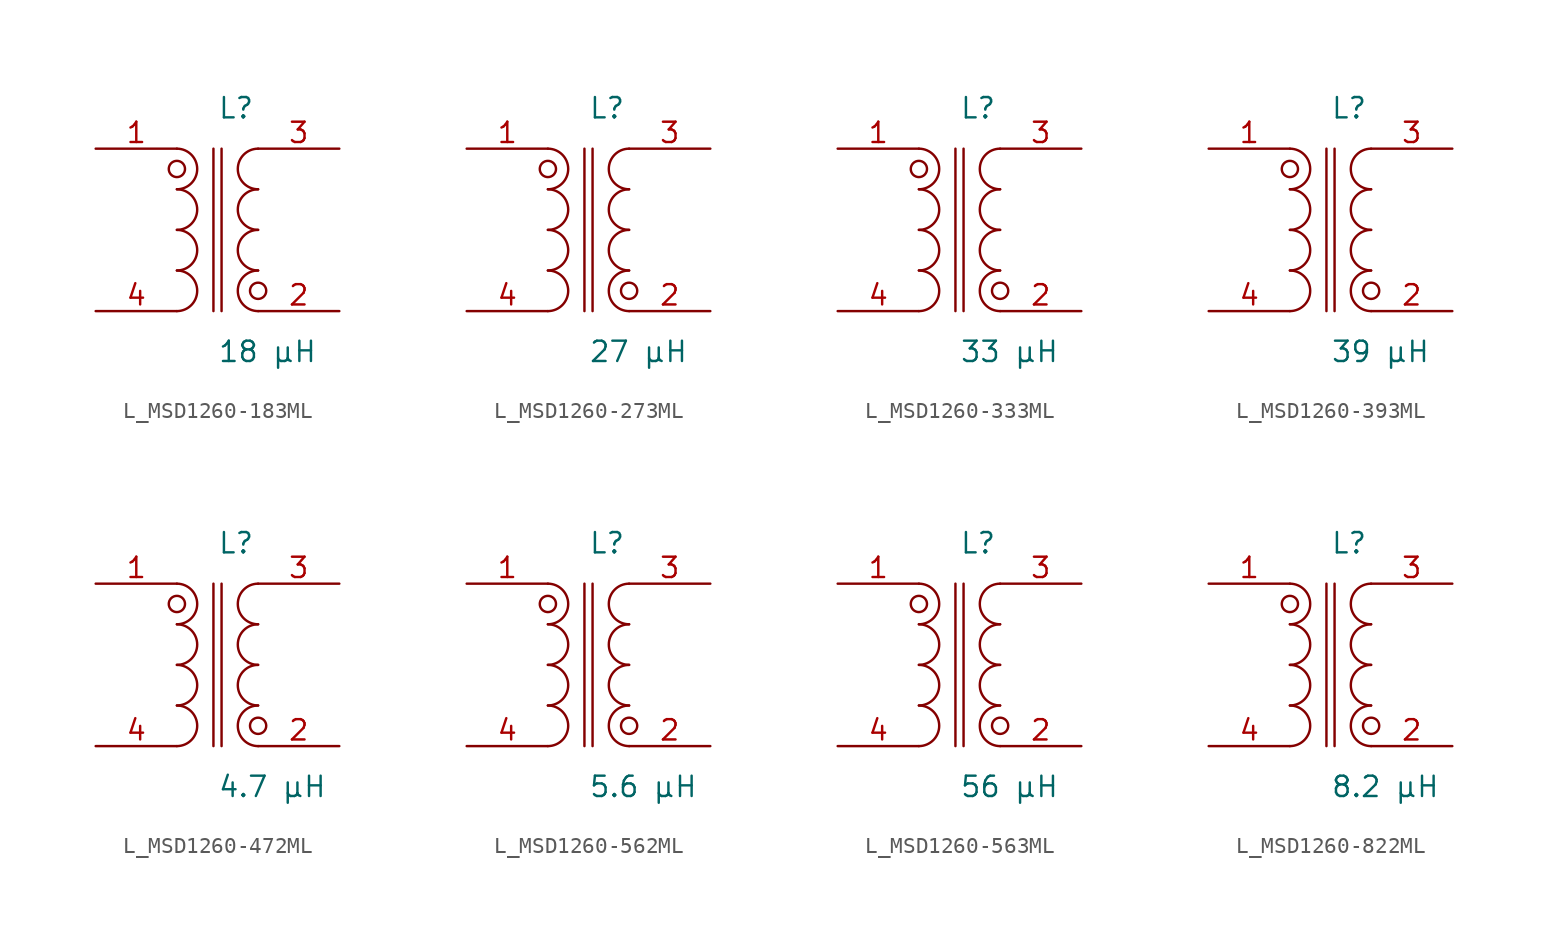
<source format=kicad_sym>
(kicad_symbol_lib
  (version 20231120)
  (generator kicad_symbol_editor)
  (generator_version 8.0)
  (symbol "L_MSD1260-183ML"
    (pin_names
      (offset 0.254))
    (property "Value" "18 µH"
      (at 0 -7.62 0)
      (effects (font (size 1.27 1.27)) (justify left)))
    (property "Reference" "L"
      (at 0 7.62 0)
      (effects (font (size 1.27 1.27)) (justify left)))
    (symbol "L_MSD1260-183ML_1_1"
      (arc (start -2.54 -5.08) (mid -1.27 -3.81) (end -2.54 -2.54) (stroke (width 0) (type default)) (fill (type none)))
      (arc (start -2.54 -2.54) (mid -1.27 -1.27) (end -2.54 0.0) (stroke (width 0) (type default)) (fill (type none)))
      (arc (start -2.54 0.0) (mid -1.27 1.27) (end -2.54 2.54) (stroke (width 0) (type default)) (fill (type none)))
      (arc (start -2.54 2.54) (mid -1.27 3.81) (end -2.54 5.08) (stroke (width 0) (type default)) (fill (type none)))
      (arc (start 2.54 5.08) (mid 1.27 3.81) (end 2.54 2.54) (stroke (width 0) (type default)) (fill (type none)))
      (arc (start 2.54 2.54) (mid 1.27 1.27) (end 2.54 0.0) (stroke (width 0) (type default)) (fill (type none)))
      (arc (start 2.54 0.0) (mid 1.27 -1.27) (end 2.54 -2.54) (stroke (width 0) (type default)) (fill (type none)))
      (arc (start 2.54 -2.54) (mid 1.27 -3.81) (end 2.54 -5.08) (stroke (width 0) (type default)) (fill (type none)))
      (circle (center -2.54 3.81) (radius 0.508) (stroke (width 0) (type default)) (fill (type none)))
      (circle (center 2.54 -3.81) (radius 0.508) (stroke (width 0) (type default)) (fill (type none)))
      (polyline (pts (xy -0.254 5.08) (xy -0.254 -5.08)) (stroke (width 0) (type default)) (fill (type none)))
      (polyline (pts (xy 0.254 5.08) (xy 0.254 -5.08)) (stroke (width 0) (type default)) (fill (type none)))
      (pin unspecified line (at -7.62 5.08 0) (length 5.08) (name "" (effects (font (size 1.27 1.27)))) (number "1" (effects (font (size 1.27 1.27)))))
      (pin unspecified line (at -7.62 -5.08 0) (length 5.08) (name "" (effects (font (size 1.27 1.27)))) (number "4" (effects (font (size 1.27 1.27)))))
      (pin unspecified line (at 7.62 5.08 180) (length 5.08) (name "" (effects (font (size 1.27 1.27)))) (number "3" (effects (font (size 1.27 1.27)))))
      (pin unspecified line (at 7.62 -5.08 180) (length 5.08) (name "" (effects (font (size 1.27 1.27)))) (number "2" (effects (font (size 1.27 1.27)))))))
  (symbol "L_MSD1260-273ML"
    (pin_names
      (offset 0.254))
    (property "Value" "27 µH"
      (at 0 -7.62 0)
      (effects (font (size 1.27 1.27)) (justify left)))
    (property "Reference" "L"
      (at 0 7.62 0)
      (effects (font (size 1.27 1.27)) (justify left)))
    (symbol "L_MSD1260-273ML_1_1"
      (arc (start -2.54 -5.08) (mid -1.27 -3.81) (end -2.54 -2.54) (stroke (width 0) (type default)) (fill (type none)))
      (arc (start -2.54 -2.54) (mid -1.27 -1.27) (end -2.54 0.0) (stroke (width 0) (type default)) (fill (type none)))
      (arc (start -2.54 0.0) (mid -1.27 1.27) (end -2.54 2.54) (stroke (width 0) (type default)) (fill (type none)))
      (arc (start -2.54 2.54) (mid -1.27 3.81) (end -2.54 5.08) (stroke (width 0) (type default)) (fill (type none)))
      (arc (start 2.54 5.08) (mid 1.27 3.81) (end 2.54 2.54) (stroke (width 0) (type default)) (fill (type none)))
      (arc (start 2.54 2.54) (mid 1.27 1.27) (end 2.54 0.0) (stroke (width 0) (type default)) (fill (type none)))
      (arc (start 2.54 0.0) (mid 1.27 -1.27) (end 2.54 -2.54) (stroke (width 0) (type default)) (fill (type none)))
      (arc (start 2.54 -2.54) (mid 1.27 -3.81) (end 2.54 -5.08) (stroke (width 0) (type default)) (fill (type none)))
      (circle (center -2.54 3.81) (radius 0.508) (stroke (width 0) (type default)) (fill (type none)))
      (circle (center 2.54 -3.81) (radius 0.508) (stroke (width 0) (type default)) (fill (type none)))
      (polyline (pts (xy -0.254 5.08) (xy -0.254 -5.08)) (stroke (width 0) (type default)) (fill (type none)))
      (polyline (pts (xy 0.254 5.08) (xy 0.254 -5.08)) (stroke (width 0) (type default)) (fill (type none)))
      (pin unspecified line (at -7.62 5.08 0) (length 5.08) (name "" (effects (font (size 1.27 1.27)))) (number "1" (effects (font (size 1.27 1.27)))))
      (pin unspecified line (at -7.62 -5.08 0) (length 5.08) (name "" (effects (font (size 1.27 1.27)))) (number "4" (effects (font (size 1.27 1.27)))))
      (pin unspecified line (at 7.62 5.08 180) (length 5.08) (name "" (effects (font (size 1.27 1.27)))) (number "3" (effects (font (size 1.27 1.27)))))
      (pin unspecified line (at 7.62 -5.08 180) (length 5.08) (name "" (effects (font (size 1.27 1.27)))) (number "2" (effects (font (size 1.27 1.27)))))))
  (symbol "L_MSD1260-333ML"
    (pin_names
      (offset 0.254))
    (property "Value" "33 µH"
      (at 0 -7.62 0)
      (effects (font (size 1.27 1.27)) (justify left)))
    (property "Reference" "L"
      (at 0 7.62 0)
      (effects (font (size 1.27 1.27)) (justify left)))
    (symbol "L_MSD1260-333ML_1_1"
      (arc (start -2.54 -5.08) (mid -1.27 -3.81) (end -2.54 -2.54) (stroke (width 0) (type default)) (fill (type none)))
      (arc (start -2.54 -2.54) (mid -1.27 -1.27) (end -2.54 0.0) (stroke (width 0) (type default)) (fill (type none)))
      (arc (start -2.54 0.0) (mid -1.27 1.27) (end -2.54 2.54) (stroke (width 0) (type default)) (fill (type none)))
      (arc (start -2.54 2.54) (mid -1.27 3.81) (end -2.54 5.08) (stroke (width 0) (type default)) (fill (type none)))
      (arc (start 2.54 5.08) (mid 1.27 3.81) (end 2.54 2.54) (stroke (width 0) (type default)) (fill (type none)))
      (arc (start 2.54 2.54) (mid 1.27 1.27) (end 2.54 0.0) (stroke (width 0) (type default)) (fill (type none)))
      (arc (start 2.54 0.0) (mid 1.27 -1.27) (end 2.54 -2.54) (stroke (width 0) (type default)) (fill (type none)))
      (arc (start 2.54 -2.54) (mid 1.27 -3.81) (end 2.54 -5.08) (stroke (width 0) (type default)) (fill (type none)))
      (circle (center -2.54 3.81) (radius 0.508) (stroke (width 0) (type default)) (fill (type none)))
      (circle (center 2.54 -3.81) (radius 0.508) (stroke (width 0) (type default)) (fill (type none)))
      (polyline (pts (xy -0.254 5.08) (xy -0.254 -5.08)) (stroke (width 0) (type default)) (fill (type none)))
      (polyline (pts (xy 0.254 5.08) (xy 0.254 -5.08)) (stroke (width 0) (type default)) (fill (type none)))
      (pin unspecified line (at -7.62 5.08 0) (length 5.08) (name "" (effects (font (size 1.27 1.27)))) (number "1" (effects (font (size 1.27 1.27)))))
      (pin unspecified line (at -7.62 -5.08 0) (length 5.08) (name "" (effects (font (size 1.27 1.27)))) (number "4" (effects (font (size 1.27 1.27)))))
      (pin unspecified line (at 7.62 5.08 180) (length 5.08) (name "" (effects (font (size 1.27 1.27)))) (number "3" (effects (font (size 1.27 1.27)))))
      (pin unspecified line (at 7.62 -5.08 180) (length 5.08) (name "" (effects (font (size 1.27 1.27)))) (number "2" (effects (font (size 1.27 1.27)))))))
  (symbol "L_MSD1260-393ML"
    (pin_names
      (offset 0.254))
    (property "Value" "39 µH"
      (at 0 -7.62 0)
      (effects (font (size 1.27 1.27)) (justify left)))
    (property "Reference" "L"
      (at 0 7.62 0)
      (effects (font (size 1.27 1.27)) (justify left)))
    (symbol "L_MSD1260-393ML_1_1"
      (arc (start -2.54 -5.08) (mid -1.27 -3.81) (end -2.54 -2.54) (stroke (width 0) (type default)) (fill (type none)))
      (arc (start -2.54 -2.54) (mid -1.27 -1.27) (end -2.54 0.0) (stroke (width 0) (type default)) (fill (type none)))
      (arc (start -2.54 0.0) (mid -1.27 1.27) (end -2.54 2.54) (stroke (width 0) (type default)) (fill (type none)))
      (arc (start -2.54 2.54) (mid -1.27 3.81) (end -2.54 5.08) (stroke (width 0) (type default)) (fill (type none)))
      (arc (start 2.54 5.08) (mid 1.27 3.81) (end 2.54 2.54) (stroke (width 0) (type default)) (fill (type none)))
      (arc (start 2.54 2.54) (mid 1.27 1.27) (end 2.54 0.0) (stroke (width 0) (type default)) (fill (type none)))
      (arc (start 2.54 0.0) (mid 1.27 -1.27) (end 2.54 -2.54) (stroke (width 0) (type default)) (fill (type none)))
      (arc (start 2.54 -2.54) (mid 1.27 -3.81) (end 2.54 -5.08) (stroke (width 0) (type default)) (fill (type none)))
      (circle (center -2.54 3.81) (radius 0.508) (stroke (width 0) (type default)) (fill (type none)))
      (circle (center 2.54 -3.81) (radius 0.508) (stroke (width 0) (type default)) (fill (type none)))
      (polyline (pts (xy -0.254 5.08) (xy -0.254 -5.08)) (stroke (width 0) (type default)) (fill (type none)))
      (polyline (pts (xy 0.254 5.08) (xy 0.254 -5.08)) (stroke (width 0) (type default)) (fill (type none)))
      (pin unspecified line (at -7.62 5.08 0) (length 5.08) (name "" (effects (font (size 1.27 1.27)))) (number "1" (effects (font (size 1.27 1.27)))))
      (pin unspecified line (at -7.62 -5.08 0) (length 5.08) (name "" (effects (font (size 1.27 1.27)))) (number "4" (effects (font (size 1.27 1.27)))))
      (pin unspecified line (at 7.62 5.08 180) (length 5.08) (name "" (effects (font (size 1.27 1.27)))) (number "3" (effects (font (size 1.27 1.27)))))
      (pin unspecified line (at 7.62 -5.08 180) (length 5.08) (name "" (effects (font (size 1.27 1.27)))) (number "2" (effects (font (size 1.27 1.27)))))))
  (symbol "L_MSD1260-472ML"
    (pin_names
      (offset 0.254))
    (property "Value" "4.7 µH"
      (at 0 -7.62 0)
      (effects (font (size 1.27 1.27)) (justify left)))
    (property "Reference" "L"
      (at 0 7.62 0)
      (effects (font (size 1.27 1.27)) (justify left)))
    (symbol "L_MSD1260-472ML_1_1"
      (arc (start -2.54 -5.08) (mid -1.27 -3.81) (end -2.54 -2.54) (stroke (width 0) (type default)) (fill (type none)))
      (arc (start -2.54 -2.54) (mid -1.27 -1.27) (end -2.54 0.0) (stroke (width 0) (type default)) (fill (type none)))
      (arc (start -2.54 0.0) (mid -1.27 1.27) (end -2.54 2.54) (stroke (width 0) (type default)) (fill (type none)))
      (arc (start -2.54 2.54) (mid -1.27 3.81) (end -2.54 5.08) (stroke (width 0) (type default)) (fill (type none)))
      (arc (start 2.54 5.08) (mid 1.27 3.81) (end 2.54 2.54) (stroke (width 0) (type default)) (fill (type none)))
      (arc (start 2.54 2.54) (mid 1.27 1.27) (end 2.54 0.0) (stroke (width 0) (type default)) (fill (type none)))
      (arc (start 2.54 0.0) (mid 1.27 -1.27) (end 2.54 -2.54) (stroke (width 0) (type default)) (fill (type none)))
      (arc (start 2.54 -2.54) (mid 1.27 -3.81) (end 2.54 -5.08) (stroke (width 0) (type default)) (fill (type none)))
      (circle (center -2.54 3.81) (radius 0.508) (stroke (width 0) (type default)) (fill (type none)))
      (circle (center 2.54 -3.81) (radius 0.508) (stroke (width 0) (type default)) (fill (type none)))
      (polyline (pts (xy -0.254 5.08) (xy -0.254 -5.08)) (stroke (width 0) (type default)) (fill (type none)))
      (polyline (pts (xy 0.254 5.08) (xy 0.254 -5.08)) (stroke (width 0) (type default)) (fill (type none)))
      (pin unspecified line (at -7.62 5.08 0) (length 5.08) (name "" (effects (font (size 1.27 1.27)))) (number "1" (effects (font (size 1.27 1.27)))))
      (pin unspecified line (at -7.62 -5.08 0) (length 5.08) (name "" (effects (font (size 1.27 1.27)))) (number "4" (effects (font (size 1.27 1.27)))))
      (pin unspecified line (at 7.62 5.08 180) (length 5.08) (name "" (effects (font (size 1.27 1.27)))) (number "3" (effects (font (size 1.27 1.27)))))
      (pin unspecified line (at 7.62 -5.08 180) (length 5.08) (name "" (effects (font (size 1.27 1.27)))) (number "2" (effects (font (size 1.27 1.27)))))))
  (symbol "L_MSD1260-562ML"
    (pin_names
      (offset 0.254))
    (property "Value" "5.6 µH"
      (at 0 -7.62 0)
      (effects (font (size 1.27 1.27)) (justify left)))
    (property "Reference" "L"
      (at 0 7.62 0)
      (effects (font (size 1.27 1.27)) (justify left)))
    (symbol "L_MSD1260-562ML_1_1"
      (arc (start -2.54 -5.08) (mid -1.27 -3.81) (end -2.54 -2.54) (stroke (width 0) (type default)) (fill (type none)))
      (arc (start -2.54 -2.54) (mid -1.27 -1.27) (end -2.54 0.0) (stroke (width 0) (type default)) (fill (type none)))
      (arc (start -2.54 0.0) (mid -1.27 1.27) (end -2.54 2.54) (stroke (width 0) (type default)) (fill (type none)))
      (arc (start -2.54 2.54) (mid -1.27 3.81) (end -2.54 5.08) (stroke (width 0) (type default)) (fill (type none)))
      (arc (start 2.54 5.08) (mid 1.27 3.81) (end 2.54 2.54) (stroke (width 0) (type default)) (fill (type none)))
      (arc (start 2.54 2.54) (mid 1.27 1.27) (end 2.54 0.0) (stroke (width 0) (type default)) (fill (type none)))
      (arc (start 2.54 0.0) (mid 1.27 -1.27) (end 2.54 -2.54) (stroke (width 0) (type default)) (fill (type none)))
      (arc (start 2.54 -2.54) (mid 1.27 -3.81) (end 2.54 -5.08) (stroke (width 0) (type default)) (fill (type none)))
      (circle (center -2.54 3.81) (radius 0.508) (stroke (width 0) (type default)) (fill (type none)))
      (circle (center 2.54 -3.81) (radius 0.508) (stroke (width 0) (type default)) (fill (type none)))
      (polyline (pts (xy -0.254 5.08) (xy -0.254 -5.08)) (stroke (width 0) (type default)) (fill (type none)))
      (polyline (pts (xy 0.254 5.08) (xy 0.254 -5.08)) (stroke (width 0) (type default)) (fill (type none)))
      (pin unspecified line (at -7.62 5.08 0) (length 5.08) (name "" (effects (font (size 1.27 1.27)))) (number "1" (effects (font (size 1.27 1.27)))))
      (pin unspecified line (at -7.62 -5.08 0) (length 5.08) (name "" (effects (font (size 1.27 1.27)))) (number "4" (effects (font (size 1.27 1.27)))))
      (pin unspecified line (at 7.62 5.08 180) (length 5.08) (name "" (effects (font (size 1.27 1.27)))) (number "3" (effects (font (size 1.27 1.27)))))
      (pin unspecified line (at 7.62 -5.08 180) (length 5.08) (name "" (effects (font (size 1.27 1.27)))) (number "2" (effects (font (size 1.27 1.27)))))))
  (symbol "L_MSD1260-563ML"
    (pin_names
      (offset 0.254))
    (property "Value" "56 µH"
      (at 0 -7.62 0)
      (effects (font (size 1.27 1.27)) (justify left)))
    (property "Reference" "L"
      (at 0 7.62 0)
      (effects (font (size 1.27 1.27)) (justify left)))
    (symbol "L_MSD1260-563ML_1_1"
      (arc (start -2.54 -5.08) (mid -1.27 -3.81) (end -2.54 -2.54) (stroke (width 0) (type default)) (fill (type none)))
      (arc (start -2.54 -2.54) (mid -1.27 -1.27) (end -2.54 0.0) (stroke (width 0) (type default)) (fill (type none)))
      (arc (start -2.54 0.0) (mid -1.27 1.27) (end -2.54 2.54) (stroke (width 0) (type default)) (fill (type none)))
      (arc (start -2.54 2.54) (mid -1.27 3.81) (end -2.54 5.08) (stroke (width 0) (type default)) (fill (type none)))
      (arc (start 2.54 5.08) (mid 1.27 3.81) (end 2.54 2.54) (stroke (width 0) (type default)) (fill (type none)))
      (arc (start 2.54 2.54) (mid 1.27 1.27) (end 2.54 0.0) (stroke (width 0) (type default)) (fill (type none)))
      (arc (start 2.54 0.0) (mid 1.27 -1.27) (end 2.54 -2.54) (stroke (width 0) (type default)) (fill (type none)))
      (arc (start 2.54 -2.54) (mid 1.27 -3.81) (end 2.54 -5.08) (stroke (width 0) (type default)) (fill (type none)))
      (circle (center -2.54 3.81) (radius 0.508) (stroke (width 0) (type default)) (fill (type none)))
      (circle (center 2.54 -3.81) (radius 0.508) (stroke (width 0) (type default)) (fill (type none)))
      (polyline (pts (xy -0.254 5.08) (xy -0.254 -5.08)) (stroke (width 0) (type default)) (fill (type none)))
      (polyline (pts (xy 0.254 5.08) (xy 0.254 -5.08)) (stroke (width 0) (type default)) (fill (type none)))
      (pin unspecified line (at -7.62 5.08 0) (length 5.08) (name "" (effects (font (size 1.27 1.27)))) (number "1" (effects (font (size 1.27 1.27)))))
      (pin unspecified line (at -7.62 -5.08 0) (length 5.08) (name "" (effects (font (size 1.27 1.27)))) (number "4" (effects (font (size 1.27 1.27)))))
      (pin unspecified line (at 7.62 5.08 180) (length 5.08) (name "" (effects (font (size 1.27 1.27)))) (number "3" (effects (font (size 1.27 1.27)))))
      (pin unspecified line (at 7.62 -5.08 180) (length 5.08) (name "" (effects (font (size 1.27 1.27)))) (number "2" (effects (font (size 1.27 1.27)))))))
  (symbol "L_MSD1260-822ML"
    (pin_names
      (offset 0.254))
    (property "Value" "8.2 µH"
      (at 0 -7.62 0)
      (effects (font (size 1.27 1.27)) (justify left)))
    (property "Reference" "L"
      (at 0 7.62 0)
      (effects (font (size 1.27 1.27)) (justify left)))
    (symbol "L_MSD1260-822ML_1_1"
      (arc (start -2.54 -5.08) (mid -1.27 -3.81) (end -2.54 -2.54) (stroke (width 0) (type default)) (fill (type none)))
      (arc (start -2.54 -2.54) (mid -1.27 -1.27) (end -2.54 0.0) (stroke (width 0) (type default)) (fill (type none)))
      (arc (start -2.54 0.0) (mid -1.27 1.27) (end -2.54 2.54) (stroke (width 0) (type default)) (fill (type none)))
      (arc (start -2.54 2.54) (mid -1.27 3.81) (end -2.54 5.08) (stroke (width 0) (type default)) (fill (type none)))
      (arc (start 2.54 5.08) (mid 1.27 3.81) (end 2.54 2.54) (stroke (width 0) (type default)) (fill (type none)))
      (arc (start 2.54 2.54) (mid 1.27 1.27) (end 2.54 0.0) (stroke (width 0) (type default)) (fill (type none)))
      (arc (start 2.54 0.0) (mid 1.27 -1.27) (end 2.54 -2.54) (stroke (width 0) (type default)) (fill (type none)))
      (arc (start 2.54 -2.54) (mid 1.27 -3.81) (end 2.54 -5.08) (stroke (width 0) (type default)) (fill (type none)))
      (circle (center -2.54 3.81) (radius 0.508) (stroke (width 0) (type default)) (fill (type none)))
      (circle (center 2.54 -3.81) (radius 0.508) (stroke (width 0) (type default)) (fill (type none)))
      (polyline (pts (xy -0.254 5.08) (xy -0.254 -5.08)) (stroke (width 0) (type default)) (fill (type none)))
      (polyline (pts (xy 0.254 5.08) (xy 0.254 -5.08)) (stroke (width 0) (type default)) (fill (type none)))
      (pin unspecified line (at -7.62 5.08 0) (length 5.08) (name "" (effects (font (size 1.27 1.27)))) (number "1" (effects (font (size 1.27 1.27)))))
      (pin unspecified line (at -7.62 -5.08 0) (length 5.08) (name "" (effects (font (size 1.27 1.27)))) (number "4" (effects (font (size 1.27 1.27)))))
      (pin unspecified line (at 7.62 5.08 180) (length 5.08) (name "" (effects (font (size 1.27 1.27)))) (number "3" (effects (font (size 1.27 1.27)))))
      (pin unspecified line (at 7.62 -5.08 180) (length 5.08) (name "" (effects (font (size 1.27 1.27)))) (number "2" (effects (font (size 1.27 1.27))))))))
</source>
